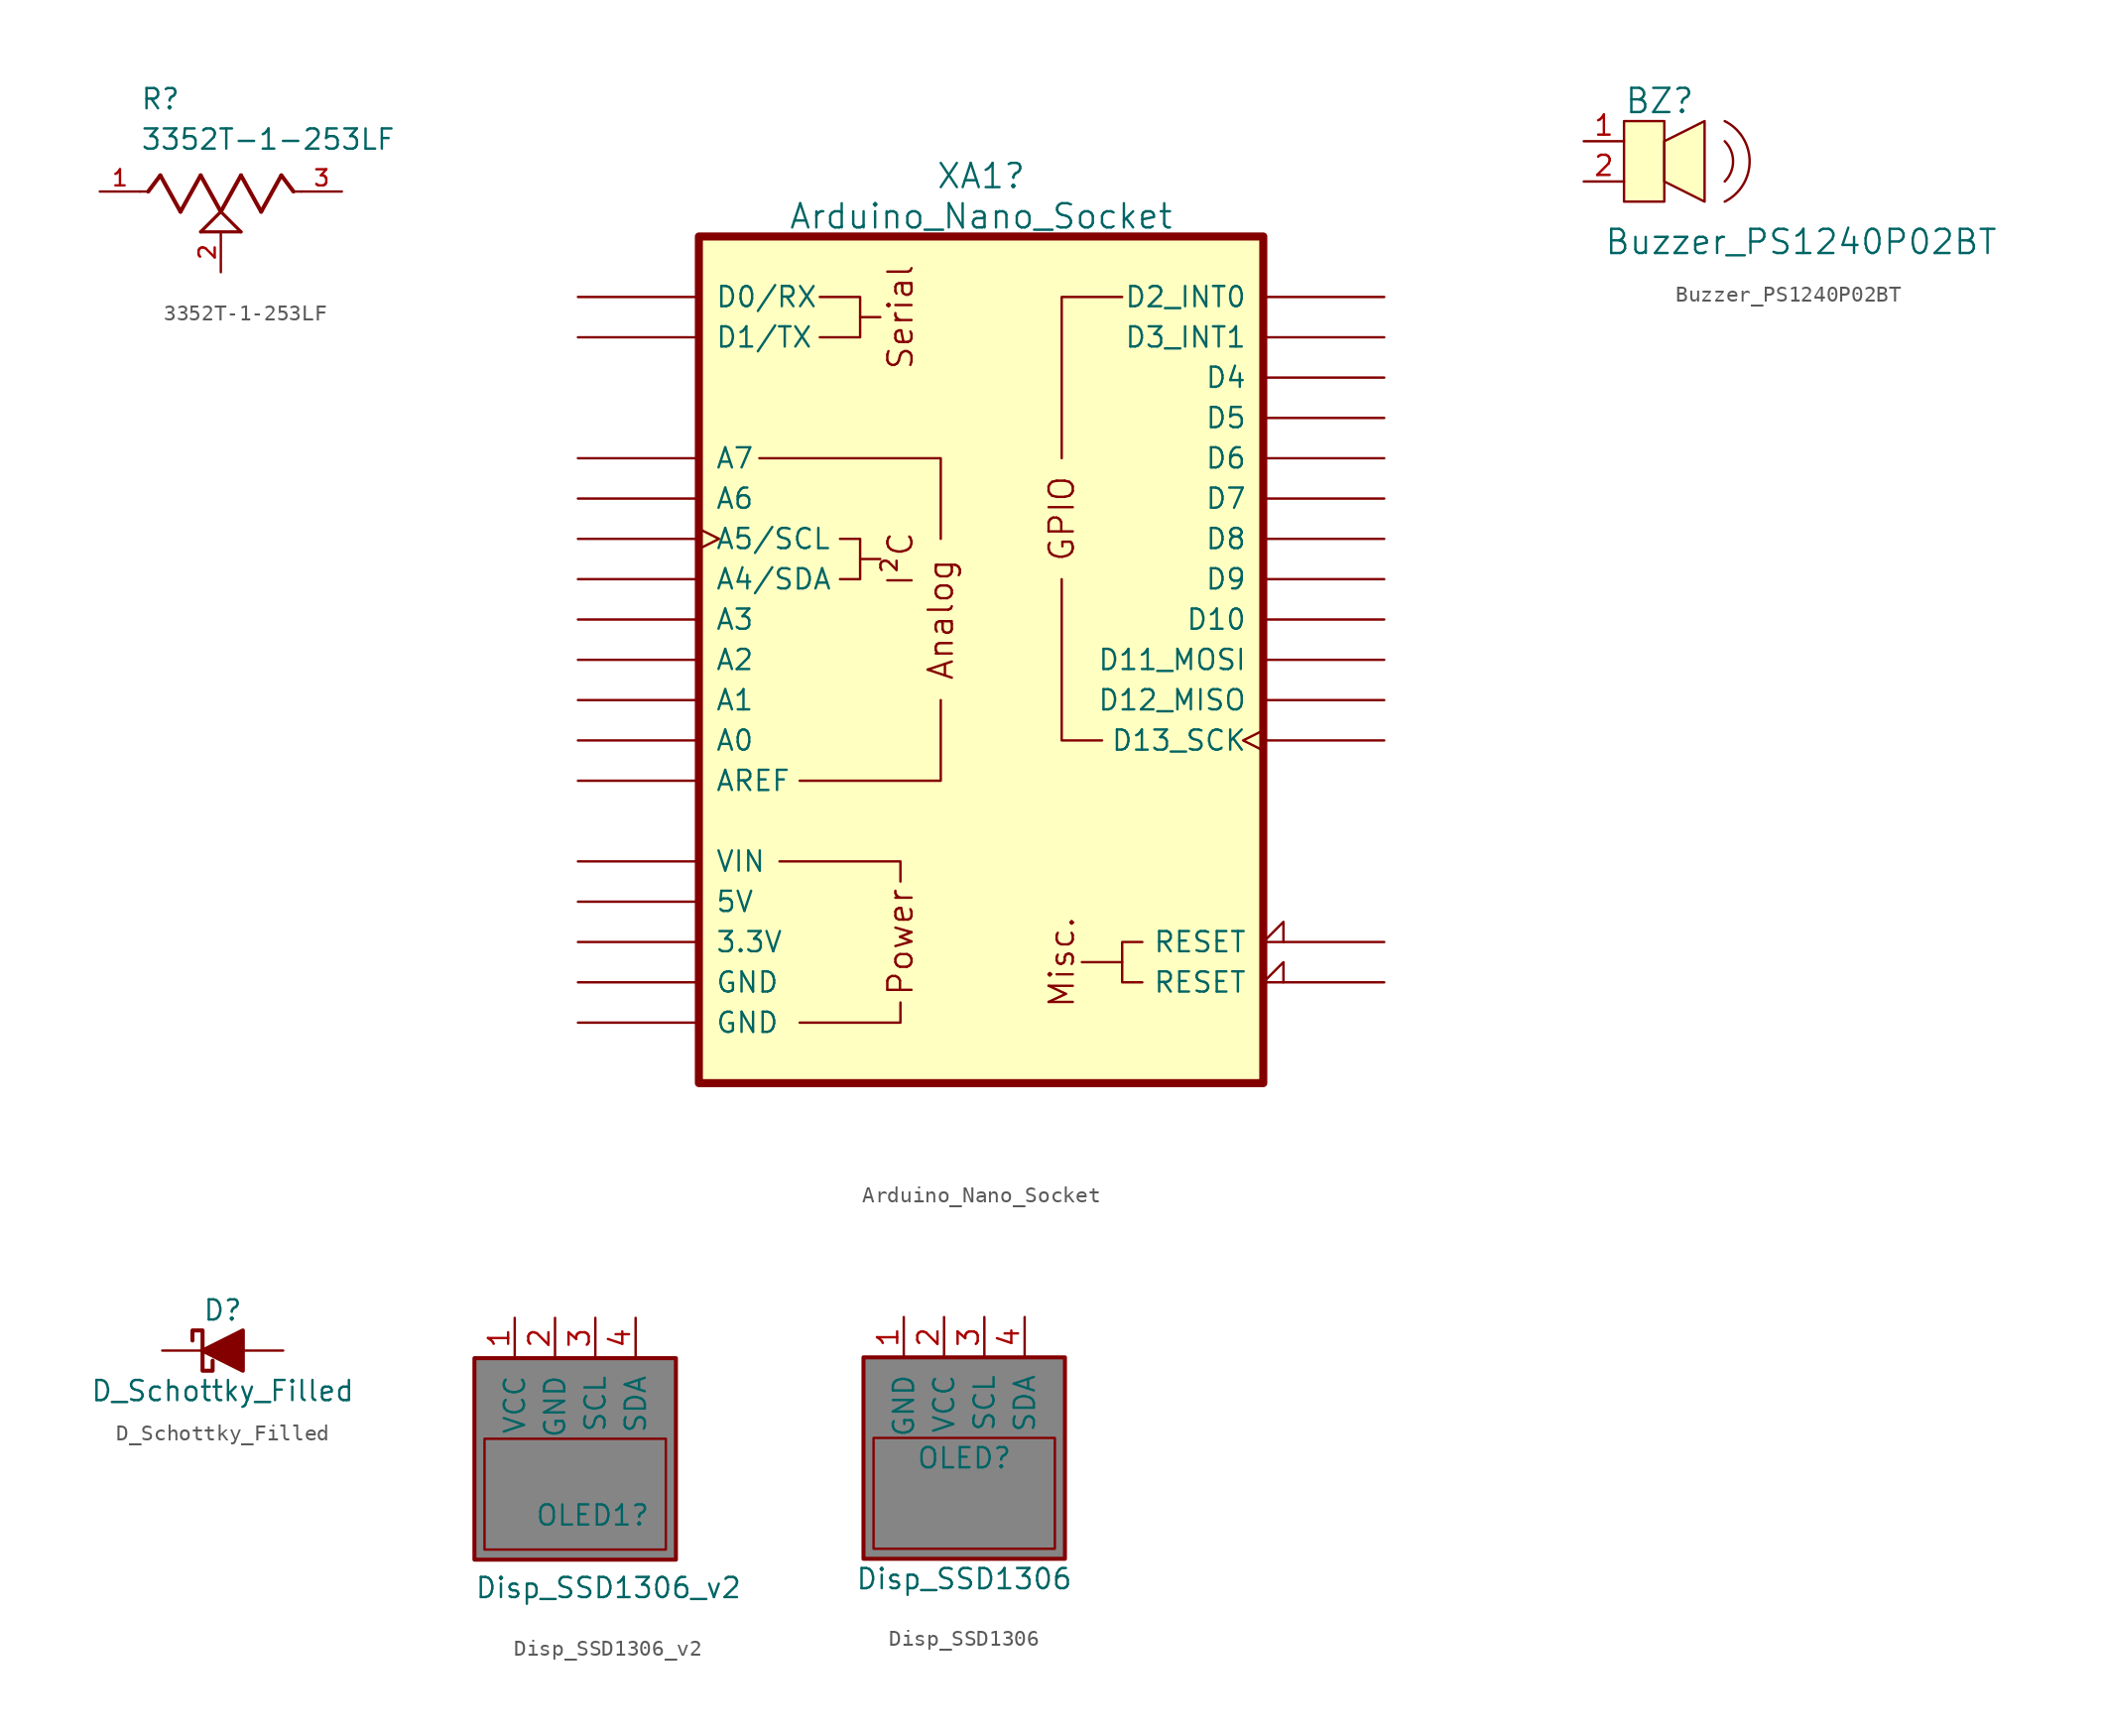
<source format=kicad_sym>
(kicad_symbol_lib
  (version 20241209)
  (generator "kicad_symbol_editor")
  (generator_version "9.0")
  (symbol "3352T-1-253LF"
    (pin_names
      (offset 1.016))
    (property "Reference" "R"
      (at -5.08 5.08 0)
      (effects (font (size 1.27 1.27)) (justify left bottom)))
    (property "Value" "3352T-1-253LF"
      (at -5.08 2.54 0)
      (effects (font (size 1.27 1.27)) (justify left bottom)))
    (symbol "3352T-1-253LF_0_0"
      (polyline (pts (xy -5.08 0) (xy -4.572 0)) (stroke (width 0.152) (type default)) (fill (type none)))
      (polyline (pts (xy -4.572 0) (xy -3.81 1.016)) (stroke (width 0.254) (type default)) (fill (type none)))
      (polyline (pts (xy -3.81 1.016) (xy -2.54 -1.27)) (stroke (width 0.254) (type default)) (fill (type none)))
      (polyline (pts (xy -2.54 -1.27) (xy -1.27 1.016)) (stroke (width 0.254) (type default)) (fill (type none)))
      (polyline (pts (xy -1.27 1.016) (xy 0 -1.27)) (stroke (width 0.254) (type default)) (fill (type none)))
      (polyline (pts (xy -1.27 -2.54) (xy 0 -1.27)) (stroke (width 0.203) (type default)) (fill (type none)))
      (polyline (pts (xy 0 -1.27) (xy 1.27 1.016)) (stroke (width 0.254) (type default)) (fill (type none)))
      (polyline (pts (xy 0 -1.27) (xy 1.27 -2.54)) (stroke (width 0.203) (type default)) (fill (type none)))
      (polyline (pts (xy 1.27 1.016) (xy 2.54 -1.27)) (stroke (width 0.254) (type default)) (fill (type none)))
      (polyline (pts (xy 1.27 -2.54) (xy -1.27 -2.54)) (stroke (width 0.203) (type default)) (fill (type none)))
      (polyline (pts (xy 2.54 -1.27) (xy 3.81 1.016)) (stroke (width 0.254) (type default)) (fill (type none)))
      (polyline (pts (xy 3.81 1.016) (xy 4.572 0)) (stroke (width 0.254) (type default)) (fill (type none)))
      (polyline (pts (xy 4.572 0) (xy 5.08 0)) (stroke (width 0.152) (type default)) (fill (type none)))
      (pin passive line (at -7.62 0 0) (length 2.54) (name "~" (effects (font (size 1.016 1.016)))) (number "1" (effects (font (size 1.016 1.016)))))
      (pin passive line (at 0 -5.08 90) (length 2.54) (name "~" (effects (font (size 1.016 1.016)))) (number "2" (effects (font (size 1.016 1.016)))))
      (pin passive line (at 7.62 0 180) (length 2.54) (name "~" (effects (font (size 1.016 1.016)))) (number "3" (effects (font (size 1.016 1.016)))))))
  (symbol "Arduino_Nano_Socket"
    (pin_numbers
      (hide yes))
    (pin_names
      (offset 1.016))
    (property "Reference" "XA1"
      (at 0 30.48 0)
      (effects (font (size 1.524 1.524))))
    (property "Value" "Arduino_Nano_Socket"
      (at 0 27.94 0)
      (effects (font (size 1.524 1.524))))
    (symbol "Arduino_Nano_Socket_0_0"
      (polyline (pts (xy -11.43 -22.86) (xy -5.08 -22.86) (xy -5.08 -21.59)) (stroke (width 0) (type default)) (fill (type none)))
      (polyline (pts (xy -10.16 22.86) (xy -7.62 22.86) (xy -7.62 20.32) (xy -10.16 20.32)) (stroke (width 0) (type default)) (fill (type none)))
      (polyline (pts (xy -8.89 7.62) (xy -7.62 7.62) (xy -7.62 5.08) (xy -8.89 5.08)) (stroke (width 0) (type default)) (fill (type none)))
      (polyline (pts (xy -7.62 21.59) (xy -6.35 21.59)) (stroke (width 0) (type default)) (fill (type none)))
      (polyline (pts (xy -7.62 6.35) (xy -6.35 6.35)) (stroke (width 0) (type default)) (fill (type none)))
      (polyline (pts (xy -5.08 -13.97) (xy -5.08 -12.7) (xy -12.7 -12.7)) (stroke (width 0) (type default)) (fill (type none)))
      (polyline (pts (xy 8.89 -19.05) (xy 6.35 -19.05)) (stroke (width 0) (type default)) (fill (type none)))
      (text "Serial" (at -5.08 21.59 900) (effects (font (size 1.524 1.524))))
      (text "I²C" (at -5.08 6.35 900) (effects (font (size 1.524 1.524))))
      (text "Power" (at -5.08 -17.78 900) (effects (font (size 1.524 1.524))))
      (text "Analog" (at -2.54 2.54 900) (effects (font (size 1.524 1.524))))
      (text "Misc." (at 5.08 -19.05 900) (effects (font (size 1.524 1.524)))))
    (symbol "Arduino_Nano_Socket_0_1"
      (polyline (pts (xy -13.97 12.7) (xy -2.54 12.7) (xy -2.54 7.62)) (stroke (width 0) (type default)) (fill (type none)))
      (polyline (pts (xy -11.43 -7.62) (xy -2.54 -7.62) (xy -2.54 -2.54)) (stroke (width 0) (type default)) (fill (type none)))
      (polyline (pts (xy 7.62 -5.08) (xy 5.08 -5.08) (xy 5.08 5.08)) (stroke (width 0) (type default)) (fill (type none)))
      (polyline (pts (xy 8.89 22.86) (xy 5.08 22.86) (xy 5.08 12.7)) (stroke (width 0) (type default)) (fill (type none)))
      (polyline (pts (xy 10.16 -17.78) (xy 8.89 -17.78) (xy 8.89 -20.32) (xy 10.16 -20.32)) (stroke (width 0) (type default)) (fill (type none))))
    (symbol "Arduino_Nano_Socket_1_0"
      (rectangle (start -17.78 26.67) (end 17.78 -26.67) (stroke (width 0.508) (type default)) (fill (type background)))
      (text "GPIO" (at 5.08 8.89 900) (effects (font (size 1.524 1.524)))))
    (symbol "Arduino_Nano_Socket_1_1"
      (pin bidirectional line (at -25.4 22.86 0) (length 7.62) (name "D0/RX" (effects (font (size 1.27 1.27)))) (number "D0" (effects (font (size 1.27 1.27)))))
      (pin bidirectional line (at -25.4 20.32 0) (length 7.62) (name "D1/TX" (effects (font (size 1.27 1.27)))) (number "D1" (effects (font (size 1.27 1.27)))))
      (pin input line (at -25.4 12.7 0) (length 7.62) (name "A7" (effects (font (size 1.27 1.27)))) (number "A7" (effects (font (size 1.27 1.27)))))
      (pin input line (at -25.4 10.16 0) (length 7.62) (name "A6" (effects (font (size 1.27 1.27)))) (number "A6" (effects (font (size 1.27 1.27)))))
      (pin bidirectional clock (at -25.4 7.62 0) (length 7.62) (name "A5/SCL" (effects (font (size 1.27 1.27)))) (number "A5" (effects (font (size 1.27 1.27)))))
      (pin bidirectional line (at -25.4 5.08 0) (length 7.62) (name "A4/SDA" (effects (font (size 1.27 1.27)))) (number "A4" (effects (font (size 1.27 1.27)))))
      (pin bidirectional line (at -25.4 2.54 0) (length 7.62) (name "A3" (effects (font (size 1.27 1.27)))) (number "A3" (effects (font (size 1.27 1.27)))))
      (pin bidirectional line (at -25.4 0 0) (length 7.62) (name "A2" (effects (font (size 1.27 1.27)))) (number "A2" (effects (font (size 1.27 1.27)))))
      (pin bidirectional line (at -25.4 -2.54 0) (length 7.62) (name "A1" (effects (font (size 1.27 1.27)))) (number "A1" (effects (font (size 1.27 1.27)))))
      (pin bidirectional line (at -25.4 -5.08 0) (length 7.62) (name "A0" (effects (font (size 1.27 1.27)))) (number "A0" (effects (font (size 1.27 1.27)))))
      (pin input line (at -25.4 -7.62 0) (length 7.62) (name "AREF" (effects (font (size 1.27 1.27)))) (number "AREF" (effects (font (size 1.27 1.27)))))
      (pin power_in line (at -25.4 -12.7 0) (length 7.62) (name "VIN" (effects (font (size 1.27 1.27)))) (number "VIN" (effects (font (size 1.27 1.27)))))
      (pin power_in line (at -25.4 -15.24 0) (length 7.62) (name "5V" (effects (font (size 1.27 1.27)))) (number "5V" (effects (font (size 1.27 1.27)))))
      (pin power_out line (at -25.4 -17.78 0) (length 7.62) (name "3.3V" (effects (font (size 1.27 1.27)))) (number "3V3" (effects (font (size 1.27 1.27)))))
      (pin power_in line (at -25.4 -20.32 0) (length 7.62) (name "GND" (effects (font (size 1.27 1.27)))) (number "GND1" (effects (font (size 1.27 1.27)))))
      (pin power_in line (at -25.4 -22.86 0) (length 7.62) (name "GND" (effects (font (size 1.27 1.27)))) (number "GND2" (effects (font (size 1.27 1.27)))))
      (pin bidirectional line (at 25.4 22.86 180) (length 7.62) (name "D2_INT0" (effects (font (size 1.27 1.27)))) (number "D2" (effects (font (size 1.27 1.27)))))
      (pin bidirectional line (at 25.4 20.32 180) (length 7.62) (name "D3_INT1" (effects (font (size 1.27 1.27)))) (number "D3" (effects (font (size 1.27 1.27)))))
      (pin bidirectional line (at 25.4 17.78 180) (length 7.62) (name "D4" (effects (font (size 1.27 1.27)))) (number "D4" (effects (font (size 1.27 1.27)))))
      (pin bidirectional line (at 25.4 15.24 180) (length 7.62) (name "D5" (effects (font (size 1.27 1.27)))) (number "D5" (effects (font (size 1.27 1.27)))))
      (pin bidirectional line (at 25.4 12.7 180) (length 7.62) (name "D6" (effects (font (size 1.27 1.27)))) (number "D6" (effects (font (size 1.27 1.27)))))
      (pin bidirectional line (at 25.4 10.16 180) (length 7.62) (name "D7" (effects (font (size 1.27 1.27)))) (number "D7" (effects (font (size 1.27 1.27)))))
      (pin bidirectional line (at 25.4 7.62 180) (length 7.62) (name "D8" (effects (font (size 1.27 1.27)))) (number "D8" (effects (font (size 1.27 1.27)))))
      (pin bidirectional line (at 25.4 5.08 180) (length 7.62) (name "D9" (effects (font (size 1.27 1.27)))) (number "D9" (effects (font (size 1.27 1.27)))))
      (pin bidirectional line (at 25.4 2.54 180) (length 7.62) (name "D10" (effects (font (size 1.27 1.27)))) (number "D10" (effects (font (size 1.27 1.27)))))
      (pin bidirectional line (at 25.4 0 180) (length 7.62) (name "D11_MOSI" (effects (font (size 1.27 1.27)))) (number "D11" (effects (font (size 1.27 1.27)))))
      (pin bidirectional line (at 25.4 -2.54 180) (length 7.62) (name "D12_MISO" (effects (font (size 1.27 1.27)))) (number "D12" (effects (font (size 1.27 1.27)))))
      (pin bidirectional clock (at 25.4 -5.08 180) (length 7.62) (name "D13_SCK" (effects (font (size 1.27 1.27)))) (number "D13" (effects (font (size 1.27 1.27)))))
      (pin open_collector input_low (at 25.4 -17.78 180) (length 7.62) (name "RESET" (effects (font (size 1.27 1.27)))) (number "RST1" (effects (font (size 1.27 1.27)))))
      (pin open_collector input_low (at 25.4 -20.32 180) (length 7.62) (name "RESET" (effects (font (size 1.27 1.27)))) (number "RST2" (effects (font (size 1.27 1.27)))))))
  (symbol "Buzzer_PS1240P02BT"
    (pin_names
      (offset 0))
    (property "Reference" "BZ"
      (at 0 5.08 0)
      (effects (font (size 1.524 1.524)) (justify left)))
    (property "Value" "Buzzer_PS1240P02BT"
      (at -1.27 -3.81 0)
      (effects (font (size 1.524 1.524)) (justify left)))
    (symbol "Buzzer_PS1240P02BT_0_1"
      (rectangle (start 0 3.81) (end 2.54 -1.27) (stroke (width 0) (type solid)) (fill (type background)))
      (polyline (pts (xy 2.54 2.54) (xy 5.08 3.81) (xy 5.08 -1.27) (xy 2.54 0) (xy 2.54 2.54)) (stroke (width 0) (type solid)) (fill (type background)))
      (arc (start 6.35 3.81) (mid 7.9198 1.27) (end 6.35 -1.27) (stroke (width 0) (type solid)) (fill (type none)))
      (arc (start 6.35 2.54) (mid 6.8761 1.27) (end 6.35 0) (stroke (width 0) (type solid)) (fill (type none))))
    (symbol "Buzzer_PS1240P02BT_1_1"
      (pin input line (at -2.54 2.54 0) (length 2.54) (name "~" (effects (font (size 1.27 1.27)))) (number "1" (effects (font (size 1.27 1.27)))))
      (pin input line (at -2.54 0 0) (length 2.54) (name "~" (effects (font (size 1.27 1.27)))) (number "2" (effects (font (size 1.27 1.27)))))))
  (symbol "D_Schottky_Filled"
    (pin_numbers
      (hide yes))
    (pin_names
      (offset 1.016)
      (hide yes))
    (property "Reference" "D"
      (at 0 2.54 0)
      (effects (font (size 1.27 1.27))))
    (property "Value" "D_Schottky_Filled"
      (at 0 -2.54 0)
      (effects (font (size 1.27 1.27))))
    (symbol "D_Schottky_Filled_0_1"
      (polyline (pts (xy -1.905 0.635) (xy -1.905 1.27) (xy -1.27 1.27) (xy -1.27 -1.27) (xy -0.635 -1.27) (xy -0.635 -0.635)) (stroke (width 0.254) (type default)) (fill (type none)))
      (polyline (pts (xy 1.27 1.27) (xy 1.27 -1.27) (xy -1.27 0) (xy 1.27 1.27)) (stroke (width 0.254) (type default)) (fill (type outline)))
      (polyline (pts (xy 1.27 0) (xy -1.27 0)) (stroke (width 0) (type default)) (fill (type none))))
    (symbol "D_Schottky_Filled_1_1"
      (pin passive line (at -3.81 0 0) (length 2.54) (name "K" (effects (font (size 1.27 1.27)))) (number "1" (effects (font (size 1.27 1.27)))))
      (pin passive line (at 3.81 0 180) (length 2.54) (name "A" (effects (font (size 1.27 1.27)))) (number "2" (effects (font (size 1.27 1.27)))))))
  (symbol "Disp_SSD1306_v2"
    (pin_names
      (offset 1.016))
    (property "Reference" "OLED1"
      (at -2.54 -3.556 0)
      (effects (font (size 1.27 1.27)) (justify left)))
    (property "Value" "Disp_SSD1306_v2"
      (at -6.35 -8.128 0)
      (effects (font (size 1.27 1.27)) (justify left)))
    (symbol "Disp_SSD1306_v2_0_1"
      (rectangle (start -5.715 1.27) (end 5.715 -5.715) (stroke (width 0) (type default)) (fill (type none))))
    (symbol "Disp_SSD1306_v2_1_1"
      (rectangle (start -6.35 6.35) (end 6.35 -6.35) (stroke (width 0.254) (type solid)) (fill (type color) (color 13 13 15 0.5)))
      (pin input line (at -3.81 8.89 270) (length 2.54) (name "VCC" (effects (font (size 1.27 1.27)))) (number "1" (effects (font (size 1.27 1.27)))))
      (pin input line (at -1.27 8.89 270) (length 2.54) (name "GND" (effects (font (size 1.27 1.27)))) (number "2" (effects (font (size 1.27 1.27)))))
      (pin input line (at 1.27 8.89 270) (length 2.54) (name "SCL" (effects (font (size 1.27 1.27)))) (number "3" (effects (font (size 1.27 1.27)))))
      (pin input line (at 3.81 8.89 270) (length 2.54) (name "SDA" (effects (font (size 1.27 1.27)))) (number "4" (effects (font (size 1.27 1.27)))))))
  (symbol "Disp_SSD1306"
    (pin_names
      (offset 1.016))
    (property "Reference" "OLED"
      (at 0 0 0)
      (effects (font (size 1.27 1.27))))
    (property "Value" "Disp_SSD1306"
      (at 0 -7.62 0)
      (effects (font (size 1.27 1.27))))
    (symbol "Disp_SSD1306_0_1"
      (rectangle (start -5.715 1.27) (end 5.715 -5.715) (stroke (width 0) (type default)) (fill (type none))))
    (symbol "Disp_SSD1306_1_1"
      (rectangle (start -6.35 6.35) (end 6.35 -6.35) (stroke (width 0.254) (type solid)) (fill (type color) (color 13 13 15 0.5)))
      (pin input line (at -3.81 8.89 270) (length 2.54) (name "GND" (effects (font (size 1.27 1.27)))) (number "1" (effects (font (size 1.27 1.27)))))
      (pin input line (at -1.27 8.89 270) (length 2.54) (name "VCC" (effects (font (size 1.27 1.27)))) (number "2" (effects (font (size 1.27 1.27)))))
      (pin input line (at 1.27 8.89 270) (length 2.54) (name "SCL" (effects (font (size 1.27 1.27)))) (number "3" (effects (font (size 1.27 1.27)))))
      (pin input line (at 3.81 8.89 270) (length 2.54) (name "SDA" (effects (font (size 1.27 1.27)))) (number "4" (effects (font (size 1.27 1.27))))))))
</source>
